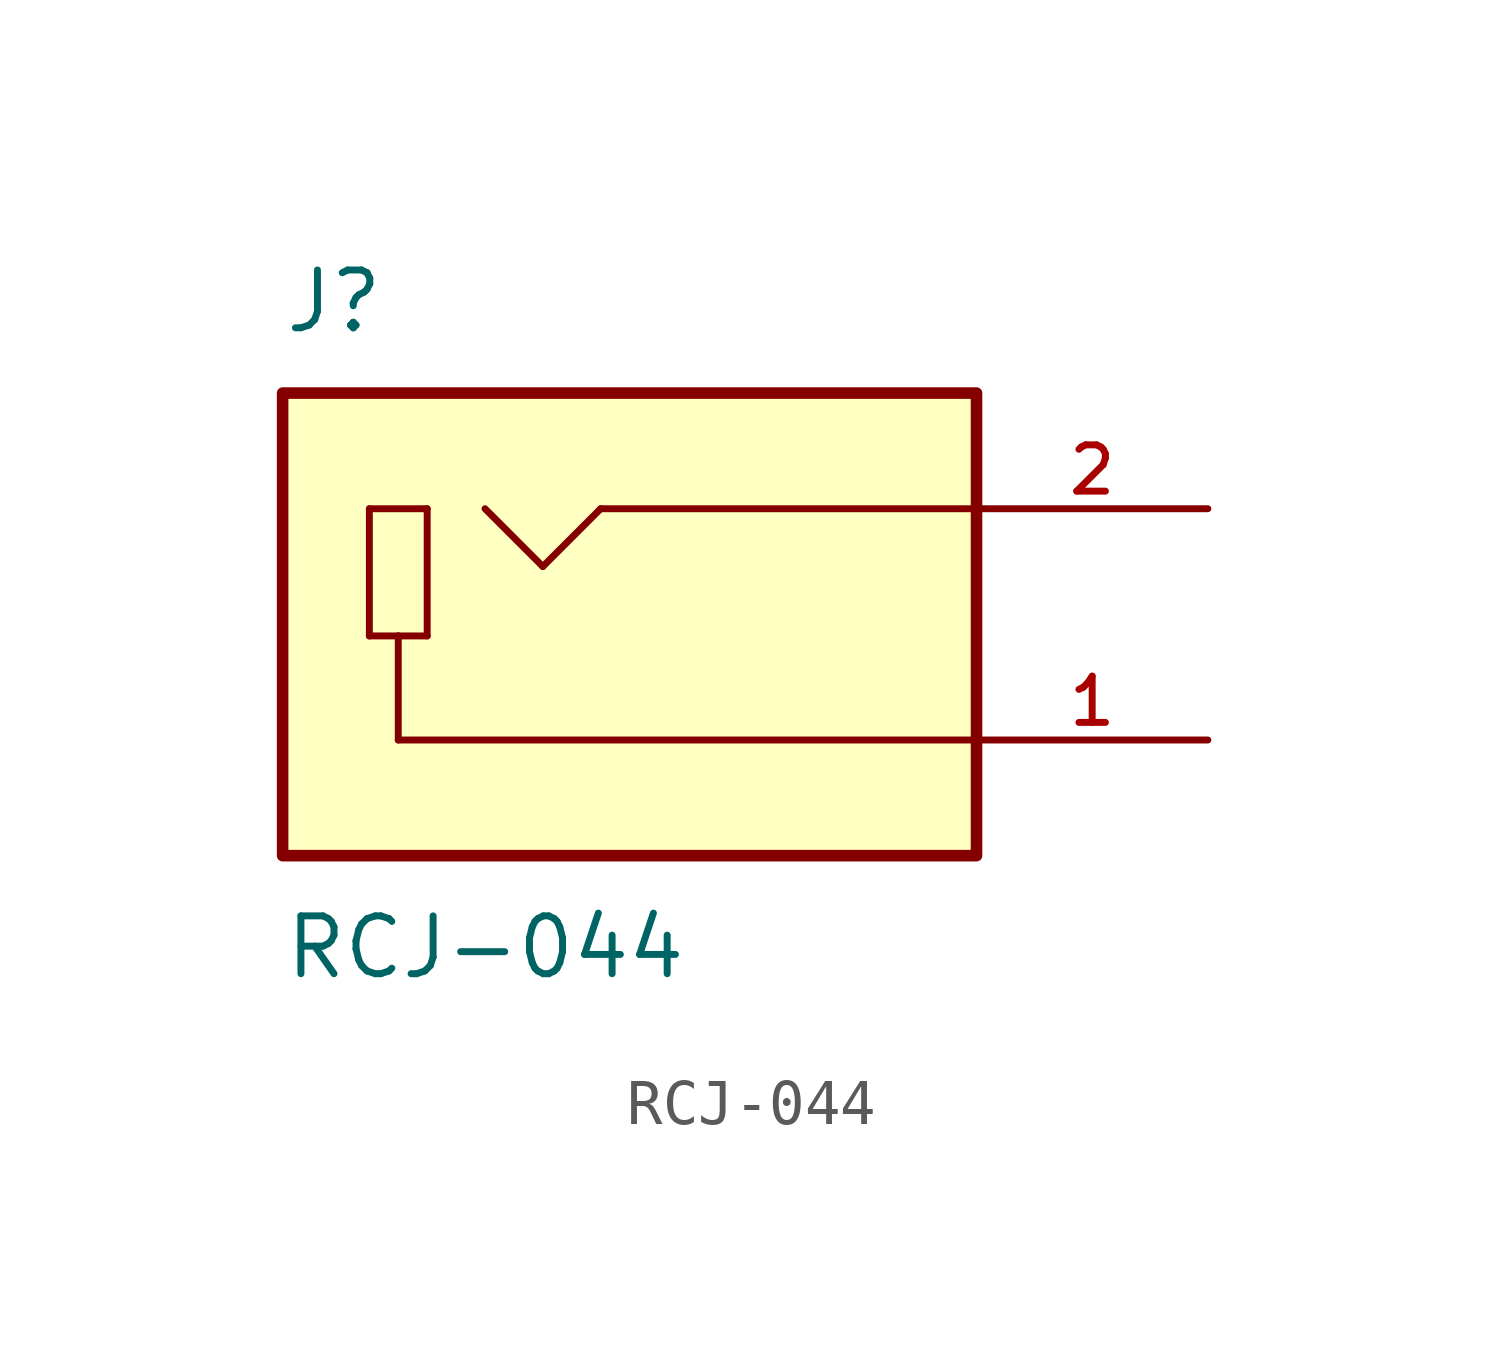
<source format=kicad_sym>
(kicad_symbol_lib
  (version 20211014)
  (generator kicad_symbol_editor)
  (symbol "RCJ-044"
    (pin_names
      (offset 1.016))
    (property "Reference" "J"
      (at -7.62 6.35 0)
      (effects (font (size 1.27 1.27)) (justify bottom left)))
    (property "Value" "RCJ-044"
      (at -7.62 -6.35 0.0)
      (effects (font (size 1.27 1.27)) (justify top left)))
    (symbol "RCJ-044_0_0"
      (polyline (pts (xy -5.08 -2.54) (xy -5.08 -0.254)) (stroke (width 0.152)))
      (polyline (pts (xy -5.08 -0.254) (xy -4.445 -0.254)) (stroke (width 0.152)))
      (polyline (pts (xy -4.445 -0.254) (xy -4.445 2.54)) (stroke (width 0.152)))
      (polyline (pts (xy -4.445 2.54) (xy -5.715 2.54)) (stroke (width 0.152)))
      (polyline (pts (xy -5.715 2.54) (xy -5.715 -0.254)) (stroke (width 0.152)))
      (polyline (pts (xy -5.715 -0.254) (xy -5.08 -0.254)) (stroke (width 0.152)))
      (polyline (pts (xy -0.635 2.54) (xy -1.905 1.27)) (stroke (width 0.152)))
      (polyline (pts (xy -1.905 1.27) (xy -3.175 2.54)) (stroke (width 0.152)))
      (polyline (pts (xy -0.635 2.54) (xy 7.62 2.54)) (stroke (width 0.152)))
      (polyline (pts (xy -5.08 -2.54) (xy 7.62 -2.54)) (stroke (width 0.152)))
      (rectangle (start -7.62 -5.08) (end 7.62 5.08) (stroke (width 0.254)) (fill (type background)))
      (pin passive line (at 12.7 -2.54 180.0) (length 5.08) (name "~" (effects (font (size 1.016 1.016)))) (number "1" (effects (font (size 1.016 1.016)))))
      (pin passive line (at 12.7 2.54 180.0) (length 5.08) (name "~" (effects (font (size 1.016 1.016)))) (number "2" (effects (font (size 1.016 1.016))))))))
</source>
